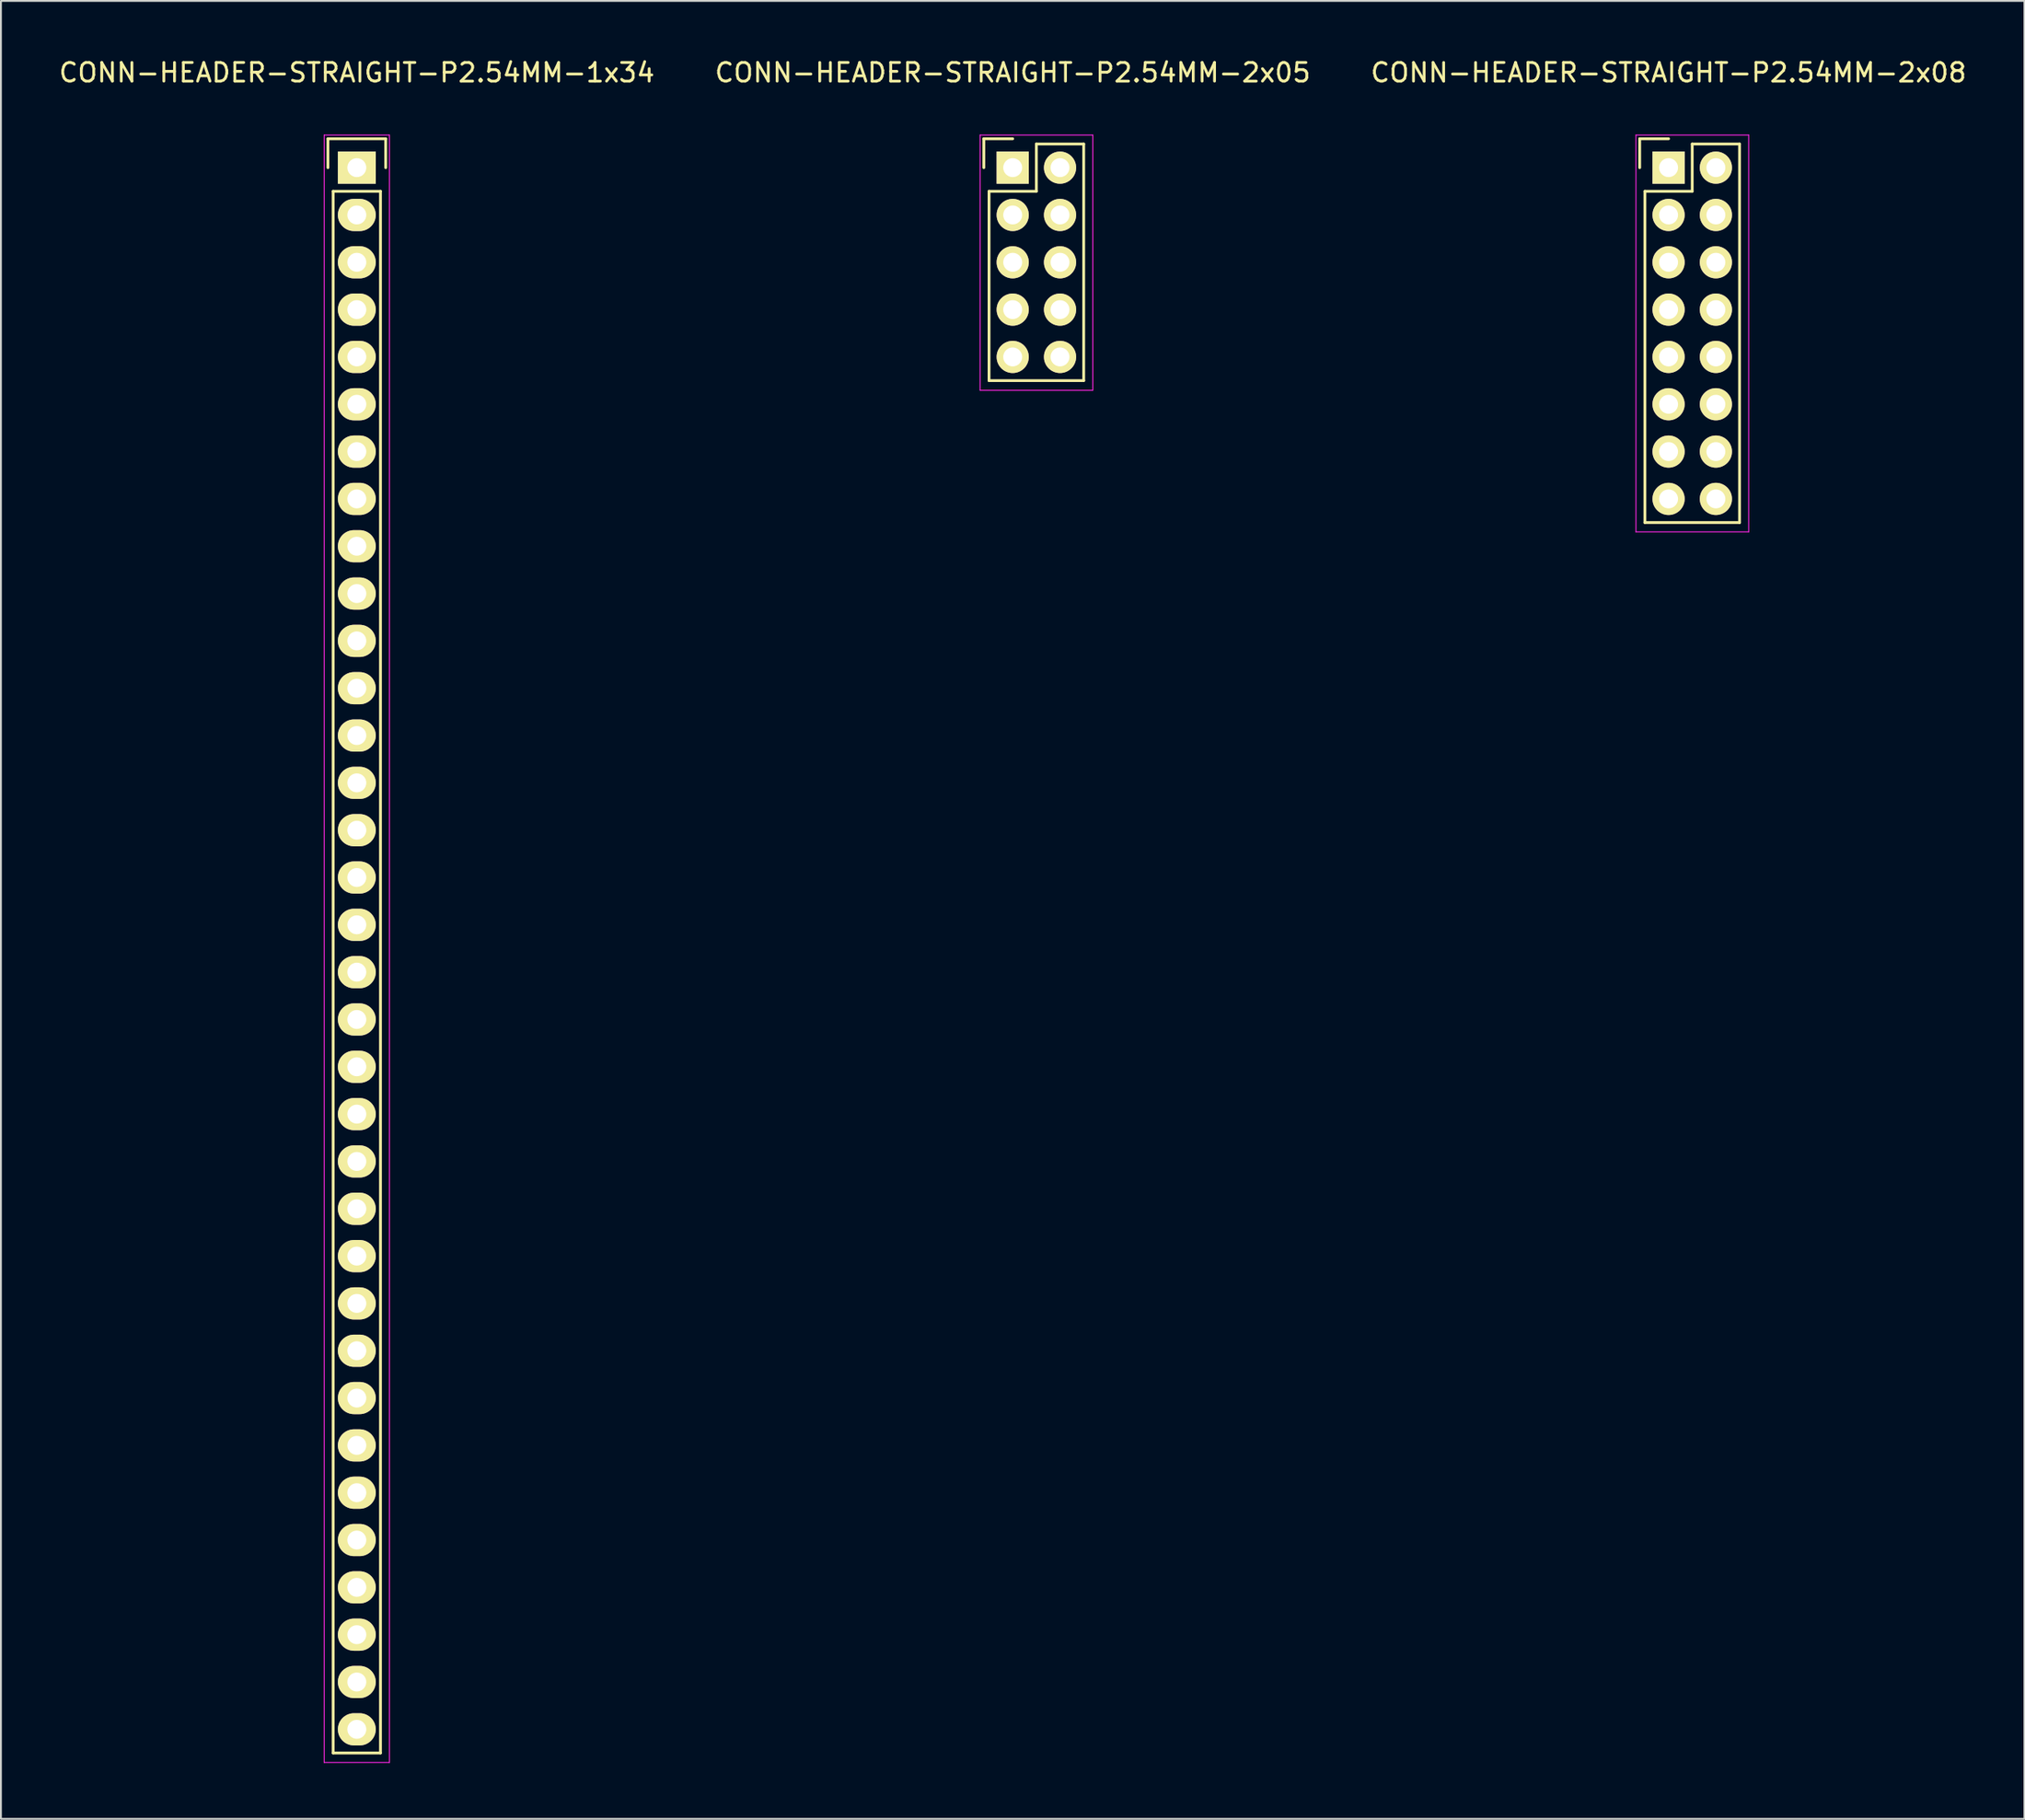
<source format=kicad_pcb>
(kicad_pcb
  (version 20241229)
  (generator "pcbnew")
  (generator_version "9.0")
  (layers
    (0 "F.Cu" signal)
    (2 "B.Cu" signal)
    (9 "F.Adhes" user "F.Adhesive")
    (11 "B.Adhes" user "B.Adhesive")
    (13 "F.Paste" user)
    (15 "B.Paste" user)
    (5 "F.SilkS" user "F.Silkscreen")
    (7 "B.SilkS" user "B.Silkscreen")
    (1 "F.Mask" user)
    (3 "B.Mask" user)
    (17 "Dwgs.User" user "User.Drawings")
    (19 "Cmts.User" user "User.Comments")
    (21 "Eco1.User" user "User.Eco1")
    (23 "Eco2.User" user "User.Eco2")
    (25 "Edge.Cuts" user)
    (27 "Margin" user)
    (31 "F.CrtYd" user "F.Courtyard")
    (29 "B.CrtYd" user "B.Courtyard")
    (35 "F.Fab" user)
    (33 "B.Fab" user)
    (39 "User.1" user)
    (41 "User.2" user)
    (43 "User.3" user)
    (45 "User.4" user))
  (footprint "CONN-HEADER-STRAIGHT-P2.54MM-1x34"
    (layer "F.Cu")
    (at 16.101 5.948)
    (property "Reference" "CONN-HEADER-STRAIGHT-P2.54MM-1x34" (at 0 -5.1 0) (layer "F.SilkS") (effects (font (size 1 1) (thickness 0.15))))
    (attr through_hole)
    (fp_line (start -1.55 -1.55) (end 1.55 -1.55) (stroke (width 0.15) (type solid)) (layer "F.SilkS"))
    (fp_line (start -1.55 0) (end -1.55 -1.55) (stroke (width 0.15) (type solid)) (layer "F.SilkS"))
    (fp_line (start -1.27 1.27) (end -1.27 85.09) (stroke (width 0.15) (type solid)) (layer "F.SilkS"))
    (fp_line (start -1.27 85.09) (end 1.27 85.09) (stroke (width 0.15) (type solid)) (layer "F.SilkS"))
    (fp_line (start 1.27 1.27) (end -1.27 1.27) (stroke (width 0.15) (type solid)) (layer "F.SilkS"))
    (fp_line (start 1.27 85.09) (end 1.27 1.27) (stroke (width 0.15) (type solid)) (layer "F.SilkS"))
    (fp_line (start 1.55 -1.55) (end 1.55 0) (stroke (width 0.15) (type solid)) (layer "F.SilkS"))
    (fp_line (start -1.75 -1.75) (end -1.75 85.6) (stroke (width 0.05) (type solid)) (layer "F.CrtYd"))
    (fp_line (start -1.75 -1.75) (end 1.75 -1.75) (stroke (width 0.05) (type solid)) (layer "F.CrtYd"))
    (fp_line (start -1.75 85.6) (end 1.75 85.6) (stroke (width 0.05) (type solid)) (layer "F.CrtYd"))
    (fp_line (start 1.75 -1.75) (end 1.75 85.6) (stroke (width 0.05) (type solid)) (layer "F.CrtYd"))
    (pad "1" thru_hole rect (at 0 0) (size 2.032 1.727) (drill 1.016) (layers "*.Cu" "*.Mask" "F.SilkS"))
    (pad "2" thru_hole oval (at 0 2.54) (size 2.032 1.727) (drill 1.016) (layers "*.Cu" "*.Mask" "F.SilkS"))
    (pad "3" thru_hole oval (at 0 5.08) (size 2.032 1.727) (drill 1.016) (layers "*.Cu" "*.Mask" "F.SilkS"))
    (pad "4" thru_hole oval (at 0 7.62) (size 2.032 1.727) (drill 1.016) (layers "*.Cu" "*.Mask" "F.SilkS"))
    (pad "5" thru_hole oval (at 0 10.16) (size 2.032 1.727) (drill 1.016) (layers "*.Cu" "*.Mask" "F.SilkS"))
    (pad "6" thru_hole oval (at 0 12.7) (size 2.032 1.727) (drill 1.016) (layers "*.Cu" "*.Mask" "F.SilkS"))
    (pad "7" thru_hole oval (at 0 15.24) (size 2.032 1.727) (drill 1.016) (layers "*.Cu" "*.Mask" "F.SilkS"))
    (pad "8" thru_hole oval (at 0 17.78) (size 2.032 1.727) (drill 1.016) (layers "*.Cu" "*.Mask" "F.SilkS"))
    (pad "9" thru_hole oval (at 0 20.32) (size 2.032 1.727) (drill 1.016) (layers "*.Cu" "*.Mask" "F.SilkS"))
    (pad "10" thru_hole oval (at 0 22.86) (size 2.032 1.727) (drill 1.016) (layers "*.Cu" "*.Mask" "F.SilkS"))
    (pad "11" thru_hole oval (at 0 25.4) (size 2.032 1.727) (drill 1.016) (layers "*.Cu" "*.Mask" "F.SilkS"))
    (pad "12" thru_hole oval (at 0 27.94) (size 2.032 1.727) (drill 1.016) (layers "*.Cu" "*.Mask" "F.SilkS"))
    (pad "13" thru_hole oval (at 0 30.48) (size 2.032 1.727) (drill 1.016) (layers "*.Cu" "*.Mask" "F.SilkS"))
    (pad "14" thru_hole oval (at 0 33.02) (size 2.032 1.727) (drill 1.016) (layers "*.Cu" "*.Mask" "F.SilkS"))
    (pad "15" thru_hole oval (at 0 35.56) (size 2.032 1.727) (drill 1.016) (layers "*.Cu" "*.Mask" "F.SilkS"))
    (pad "16" thru_hole oval (at 0 38.1) (size 2.032 1.727) (drill 1.016) (layers "*.Cu" "*.Mask" "F.SilkS"))
    (pad "17" thru_hole oval (at 0 40.64) (size 2.032 1.727) (drill 1.016) (layers "*.Cu" "*.Mask" "F.SilkS"))
    (pad "18" thru_hole oval (at 0 43.18) (size 2.032 1.727) (drill 1.016) (layers "*.Cu" "*.Mask" "F.SilkS"))
    (pad "19" thru_hole oval (at 0 45.72) (size 2.032 1.727) (drill 1.016) (layers "*.Cu" "*.Mask" "F.SilkS"))
    (pad "20" thru_hole oval (at 0 48.26) (size 2.032 1.727) (drill 1.016) (layers "*.Cu" "*.Mask" "F.SilkS"))
    (pad "21" thru_hole oval (at 0 50.8) (size 2.032 1.727) (drill 1.016) (layers "*.Cu" "*.Mask" "F.SilkS"))
    (pad "22" thru_hole oval (at 0 53.34) (size 2.032 1.727) (drill 1.016) (layers "*.Cu" "*.Mask" "F.SilkS"))
    (pad "23" thru_hole oval (at 0 55.88) (size 2.032 1.727) (drill 1.016) (layers "*.Cu" "*.Mask" "F.SilkS"))
    (pad "24" thru_hole oval (at 0 58.42) (size 2.032 1.727) (drill 1.016) (layers "*.Cu" "*.Mask" "F.SilkS"))
    (pad "25" thru_hole oval (at 0 60.96) (size 2.032 1.727) (drill 1.016) (layers "*.Cu" "*.Mask" "F.SilkS"))
    (pad "26" thru_hole oval (at 0 63.5) (size 2.032 1.727) (drill 1.016) (layers "*.Cu" "*.Mask" "F.SilkS"))
    (pad "27" thru_hole oval (at 0 66.04) (size 2.032 1.727) (drill 1.016) (layers "*.Cu" "*.Mask" "F.SilkS"))
    (pad "28" thru_hole oval (at 0 68.58) (size 2.032 1.727) (drill 1.016) (layers "*.Cu" "*.Mask" "F.SilkS"))
    (pad "29" thru_hole oval (at 0 71.12) (size 2.032 1.727) (drill 1.016) (layers "*.Cu" "*.Mask" "F.SilkS"))
    (pad "30" thru_hole oval (at 0 73.66) (size 2.032 1.727) (drill 1.016) (layers "*.Cu" "*.Mask" "F.SilkS"))
    (pad "31" thru_hole oval (at 0 76.2) (size 2.032 1.727) (drill 1.016) (layers "*.Cu" "*.Mask" "F.SilkS"))
    (pad "32" thru_hole oval (at 0 78.74) (size 2.032 1.727) (drill 1.016) (layers "*.Cu" "*.Mask" "F.SilkS"))
    (pad "33" thru_hole oval (at 0 81.28) (size 2.032 1.727) (drill 1.016) (layers "*.Cu" "*.Mask" "F.SilkS"))
    (pad "34" thru_hole oval (at 0 83.82) (size 2.032 1.727) (drill 1.016) (layers "*.Cu" "*.Mask" "F.SilkS")))
  (footprint "CONN-HEADER-STRAIGHT-P2.54MM-2x08"
    (layer "F.Cu")
    (at 86.506 5.948)
    (property "Reference" "CONN-HEADER-STRAIGHT-P2.54MM-2x08" (at 0 -5.1 0) (layer "F.SilkS") (effects (font (size 1 1) (thickness 0.15))))
    (attr through_hole)
    (fp_line (start -1.55 -1.55) (end -1.55 0) (stroke (width 0.15) (type solid)) (layer "F.SilkS"))
    (fp_line (start -1.27 1.27) (end -1.27 19.05) (stroke (width 0.15) (type solid)) (layer "F.SilkS"))
    (fp_line (start 0 -1.55) (end -1.55 -1.55) (stroke (width 0.15) (type solid)) (layer "F.SilkS"))
    (fp_line (start 1.27 -1.27) (end 1.27 1.27) (stroke (width 0.15) (type solid)) (layer "F.SilkS"))
    (fp_line (start 1.27 1.27) (end -1.27 1.27) (stroke (width 0.15) (type solid)) (layer "F.SilkS"))
    (fp_line (start 3.81 -1.27) (end 1.27 -1.27) (stroke (width 0.15) (type solid)) (layer "F.SilkS"))
    (fp_line (start 3.81 19.05) (end -1.27 19.05) (stroke (width 0.15) (type solid)) (layer "F.SilkS"))
    (fp_line (start 3.81 19.05) (end 3.81 -1.27) (stroke (width 0.15) (type solid)) (layer "F.SilkS"))
    (fp_line (start -1.75 -1.75) (end -1.75 19.55) (stroke (width 0.05) (type solid)) (layer "F.CrtYd"))
    (fp_line (start -1.75 -1.75) (end 4.3 -1.75) (stroke (width 0.05) (type solid)) (layer "F.CrtYd"))
    (fp_line (start -1.75 19.55) (end 4.3 19.55) (stroke (width 0.05) (type solid)) (layer "F.CrtYd"))
    (fp_line (start 4.3 -1.75) (end 4.3 19.55) (stroke (width 0.05) (type solid)) (layer "F.CrtYd"))
    (pad "1" thru_hole rect (at 0 0) (size 1.727 1.727) (drill 1.016) (layers "*.Cu" "*.Mask" "F.SilkS"))
    (pad "2" thru_hole oval (at 2.54 0) (size 1.727 1.727) (drill 1.016) (layers "*.Cu" "*.Mask" "F.SilkS"))
    (pad "3" thru_hole oval (at 0 2.54) (size 1.727 1.727) (drill 1.016) (layers "*.Cu" "*.Mask" "F.SilkS"))
    (pad "4" thru_hole oval (at 2.54 2.54) (size 1.727 1.727) (drill 1.016) (layers "*.Cu" "*.Mask" "F.SilkS"))
    (pad "5" thru_hole oval (at 0 5.08) (size 1.727 1.727) (drill 1.016) (layers "*.Cu" "*.Mask" "F.SilkS"))
    (pad "6" thru_hole oval (at 2.54 5.08) (size 1.727 1.727) (drill 1.016) (layers "*.Cu" "*.Mask" "F.SilkS"))
    (pad "7" thru_hole oval (at 0 7.62) (size 1.727 1.727) (drill 1.016) (layers "*.Cu" "*.Mask" "F.SilkS"))
    (pad "8" thru_hole oval (at 2.54 7.62) (size 1.727 1.727) (drill 1.016) (layers "*.Cu" "*.Mask" "F.SilkS"))
    (pad "9" thru_hole oval (at 0 10.16) (size 1.727 1.727) (drill 1.016) (layers "*.Cu" "*.Mask" "F.SilkS"))
    (pad "10" thru_hole oval (at 2.54 10.16) (size 1.727 1.727) (drill 1.016) (layers "*.Cu" "*.Mask" "F.SilkS"))
    (pad "11" thru_hole oval (at 0 12.7) (size 1.727 1.727) (drill 1.016) (layers "*.Cu" "*.Mask" "F.SilkS"))
    (pad "12" thru_hole oval (at 2.54 12.7) (size 1.727 1.727) (drill 1.016) (layers "*.Cu" "*.Mask" "F.SilkS"))
    (pad "13" thru_hole oval (at 0 15.24) (size 1.727 1.727) (drill 1.016) (layers "*.Cu" "*.Mask" "F.SilkS"))
    (pad "14" thru_hole oval (at 2.54 15.24) (size 1.727 1.727) (drill 1.016) (layers "*.Cu" "*.Mask" "F.SilkS"))
    (pad "15" thru_hole oval (at 0 17.78) (size 1.727 1.727) (drill 1.016) (layers "*.Cu" "*.Mask" "F.SilkS"))
    (pad "16" thru_hole oval (at 2.54 17.78) (size 1.727 1.727) (drill 1.016) (layers "*.Cu" "*.Mask" "F.SilkS")))
  (footprint "CONN-HEADER-STRAIGHT-P2.54MM-2x05"
    (layer "F.Cu")
    (at 51.304 5.948)
    (property "Reference" "CONN-HEADER-STRAIGHT-P2.54MM-2x05" (at 0 -5.1 0) (layer "F.SilkS") (effects (font (size 1 1) (thickness 0.15))))
    (attr through_hole)
    (fp_line (start -1.55 -1.55) (end -1.55 0) (stroke (width 0.15) (type solid)) (layer "F.SilkS"))
    (fp_line (start -1.27 11.43) (end -1.27 1.27) (stroke (width 0.15) (type solid)) (layer "F.SilkS"))
    (fp_line (start 0 -1.55) (end -1.55 -1.55) (stroke (width 0.15) (type solid)) (layer "F.SilkS"))
    (fp_line (start 1.27 -1.27) (end 1.27 1.27) (stroke (width 0.15) (type solid)) (layer "F.SilkS"))
    (fp_line (start 1.27 1.27) (end -1.27 1.27) (stroke (width 0.15) (type solid)) (layer "F.SilkS"))
    (fp_line (start 3.81 -1.27) (end 1.27 -1.27) (stroke (width 0.15) (type solid)) (layer "F.SilkS"))
    (fp_line (start 3.81 -1.27) (end 3.81 11.43) (stroke (width 0.15) (type solid)) (layer "F.SilkS"))
    (fp_line (start 3.81 11.43) (end -1.27 11.43) (stroke (width 0.15) (type solid)) (layer "F.SilkS"))
    (fp_line (start -1.75 -1.75) (end -1.75 11.95) (stroke (width 0.05) (type solid)) (layer "F.CrtYd"))
    (fp_line (start -1.75 -1.75) (end 4.3 -1.75) (stroke (width 0.05) (type solid)) (layer "F.CrtYd"))
    (fp_line (start -1.75 11.95) (end 4.3 11.95) (stroke (width 0.05) (type solid)) (layer "F.CrtYd"))
    (fp_line (start 4.3 -1.75) (end 4.3 11.95) (stroke (width 0.05) (type solid)) (layer "F.CrtYd"))
    (pad "1" thru_hole rect (at 0 0) (size 1.727 1.727) (drill 1.016) (layers "*.Cu" "*.Mask" "F.SilkS"))
    (pad "2" thru_hole oval (at 2.54 0) (size 1.727 1.727) (drill 1.016) (layers "*.Cu" "*.Mask" "F.SilkS"))
    (pad "3" thru_hole oval (at 0 2.54) (size 1.727 1.727) (drill 1.016) (layers "*.Cu" "*.Mask" "F.SilkS"))
    (pad "4" thru_hole oval (at 2.54 2.54) (size 1.727 1.727) (drill 1.016) (layers "*.Cu" "*.Mask" "F.SilkS"))
    (pad "5" thru_hole oval (at 0 5.08) (size 1.727 1.727) (drill 1.016) (layers "*.Cu" "*.Mask" "F.SilkS"))
    (pad "6" thru_hole oval (at 2.54 5.08) (size 1.727 1.727) (drill 1.016) (layers "*.Cu" "*.Mask" "F.SilkS"))
    (pad "7" thru_hole oval (at 0 7.62) (size 1.727 1.727) (drill 1.016) (layers "*.Cu" "*.Mask" "F.SilkS"))
    (pad "8" thru_hole oval (at 2.54 7.62) (size 1.727 1.727) (drill 1.016) (layers "*.Cu" "*.Mask" "F.SilkS"))
    (pad "9" thru_hole oval (at 0 10.16) (size 1.727 1.727) (drill 1.016) (layers "*.Cu" "*.Mask" "F.SilkS"))
    (pad "10" thru_hole oval (at 2.54 10.16) (size 1.727 1.727) (drill 1.016) (layers "*.Cu" "*.Mask" "F.SilkS")))
  (gr_rect
    (start -3 -3)
    (end 105.607 94.573)
    (stroke (width 0.1) (type default))
    (fill no)
    (layer "Edge.Cuts")))
</source>
